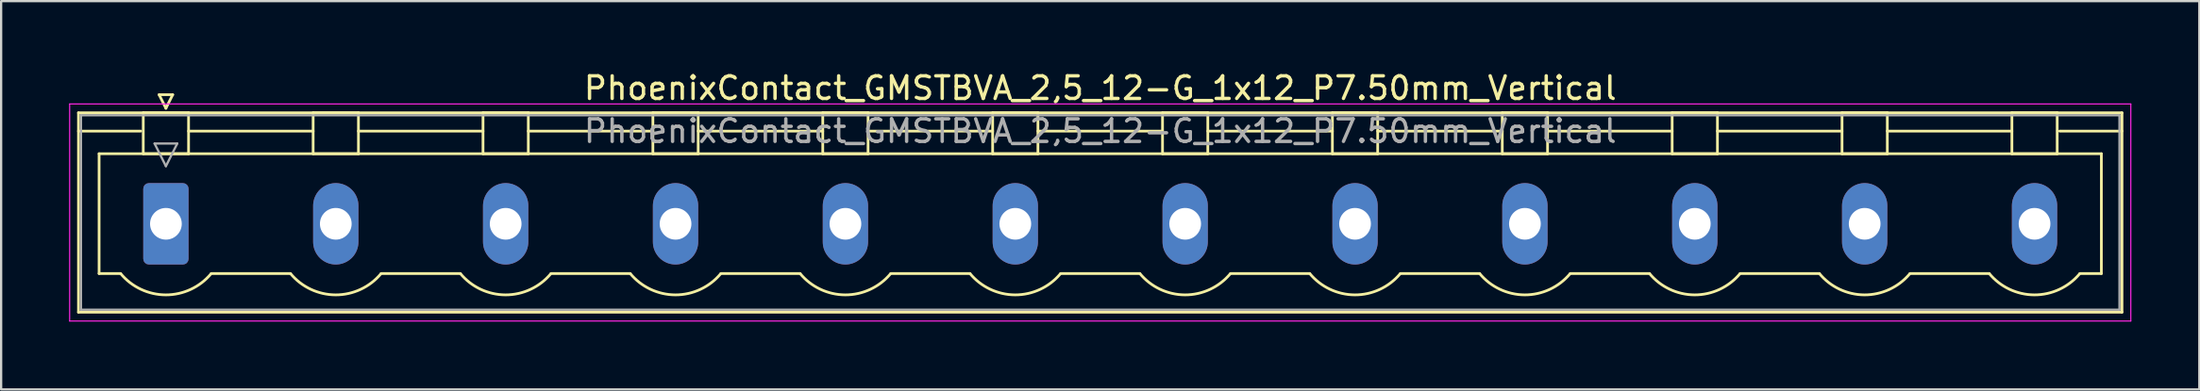
<source format=kicad_pcb>
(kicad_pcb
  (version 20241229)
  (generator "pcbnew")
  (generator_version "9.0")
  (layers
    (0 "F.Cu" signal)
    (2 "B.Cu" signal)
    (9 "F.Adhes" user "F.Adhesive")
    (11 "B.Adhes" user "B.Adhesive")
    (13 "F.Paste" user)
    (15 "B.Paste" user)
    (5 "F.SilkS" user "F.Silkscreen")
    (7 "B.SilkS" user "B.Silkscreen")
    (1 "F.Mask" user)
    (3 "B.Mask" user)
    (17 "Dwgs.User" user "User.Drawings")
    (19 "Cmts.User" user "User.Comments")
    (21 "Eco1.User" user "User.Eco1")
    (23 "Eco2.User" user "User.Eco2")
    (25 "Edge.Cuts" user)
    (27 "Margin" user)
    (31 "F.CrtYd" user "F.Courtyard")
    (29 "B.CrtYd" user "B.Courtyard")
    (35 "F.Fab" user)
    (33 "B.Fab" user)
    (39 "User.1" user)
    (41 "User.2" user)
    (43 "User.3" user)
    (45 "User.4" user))
  (footprint "PhoenixContact_GMSTBVA_2,5_12-G_1x12_P7.50mm_Vertical"
    (layer "F.Cu")
    (at 4.275 6.848)
    (property "Reference" "PhoenixContact_GMSTBVA_2,5_12-G_1x12_P7.50mm_Vertical" (at 41.25 -6 0) (layer "F.SilkS") (effects (font (size 1 1) (thickness 0.15))))
    (attr through_hole)
    (fp_line (start -3.86 -4.91) (end -3.86 3.91) (stroke (width 0.12) (type solid)) (layer "F.SilkS"))
    (fp_line (start -3.86 -4.1) (end -1.11 -4.1) (stroke (width 0.12) (type solid)) (layer "F.SilkS"))
    (fp_line (start -3.86 3.91) (end 86.36 3.91) (stroke (width 0.12) (type solid)) (layer "F.SilkS"))
    (fp_line (start -2.95 -3.1) (end 85.45 -3.1) (stroke (width 0.12) (type solid)) (layer "F.SilkS"))
    (fp_line (start -2.95 2.2) (end -2.95 -3.1) (stroke (width 0.12) (type solid)) (layer "F.SilkS"))
    (fp_line (start -2 2.2) (end -2.95 2.2) (stroke (width 0.12) (type solid)) (layer "F.SilkS"))
    (fp_line (start -1 -4.91) (end 1 -4.91) (stroke (width 0.12) (type solid)) (layer "F.SilkS"))
    (fp_line (start -1 -3.1) (end -1 -4.91) (stroke (width 0.12) (type solid)) (layer "F.SilkS"))
    (fp_line (start -0.3 -5.71) (end 0.3 -5.71) (stroke (width 0.12) (type solid)) (layer "F.SilkS"))
    (fp_line (start 0 -5.11) (end -0.3 -5.71) (stroke (width 0.12) (type solid)) (layer "F.SilkS"))
    (fp_line (start 0.3 -5.71) (end 0 -5.11) (stroke (width 0.12) (type solid)) (layer "F.SilkS"))
    (fp_line (start 1 -4.91) (end 1 -3.1) (stroke (width 0.12) (type solid)) (layer "F.SilkS"))
    (fp_line (start 1 -4.1) (end 6.5 -4.1) (stroke (width 0.12) (type solid)) (layer "F.SilkS"))
    (fp_line (start 1 -3.1) (end -1 -3.1) (stroke (width 0.12) (type solid)) (layer "F.SilkS"))
    (fp_line (start 2 2.2) (end 5.5 2.2) (stroke (width 0.12) (type solid)) (layer "F.SilkS"))
    (fp_line (start 6.5 -4.91) (end 8.5 -4.91) (stroke (width 0.12) (type solid)) (layer "F.SilkS"))
    (fp_line (start 6.5 -3.1) (end 6.5 -4.91) (stroke (width 0.12) (type solid)) (layer "F.SilkS"))
    (fp_line (start 8.5 -4.91) (end 8.5 -3.1) (stroke (width 0.12) (type solid)) (layer "F.SilkS"))
    (fp_line (start 8.5 -4.1) (end 14 -4.1) (stroke (width 0.12) (type solid)) (layer "F.SilkS"))
    (fp_line (start 8.5 -3.1) (end 6.5 -3.1) (stroke (width 0.12) (type solid)) (layer "F.SilkS"))
    (fp_line (start 9.5 2.2) (end 13 2.2) (stroke (width 0.12) (type solid)) (layer "F.SilkS"))
    (fp_line (start 14 -4.91) (end 16 -4.91) (stroke (width 0.12) (type solid)) (layer "F.SilkS"))
    (fp_line (start 14 -3.1) (end 14 -4.91) (stroke (width 0.12) (type solid)) (layer "F.SilkS"))
    (fp_line (start 16 -4.91) (end 16 -3.1) (stroke (width 0.12) (type solid)) (layer "F.SilkS"))
    (fp_line (start 16 -4.1) (end 21.5 -4.1) (stroke (width 0.12) (type solid)) (layer "F.SilkS"))
    (fp_line (start 16 -3.1) (end 14 -3.1) (stroke (width 0.12) (type solid)) (layer "F.SilkS"))
    (fp_line (start 17 2.2) (end 20.5 2.2) (stroke (width 0.12) (type solid)) (layer "F.SilkS"))
    (fp_line (start 21.5 -4.91) (end 23.5 -4.91) (stroke (width 0.12) (type solid)) (layer "F.SilkS"))
    (fp_line (start 21.5 -3.1) (end 21.5 -4.91) (stroke (width 0.12) (type solid)) (layer "F.SilkS"))
    (fp_line (start 23.5 -4.91) (end 23.5 -3.1) (stroke (width 0.12) (type solid)) (layer "F.SilkS"))
    (fp_line (start 23.5 -4.1) (end 29 -4.1) (stroke (width 0.12) (type solid)) (layer "F.SilkS"))
    (fp_line (start 23.5 -3.1) (end 21.5 -3.1) (stroke (width 0.12) (type solid)) (layer "F.SilkS"))
    (fp_line (start 24.5 2.2) (end 28 2.2) (stroke (width 0.12) (type solid)) (layer "F.SilkS"))
    (fp_line (start 29 -4.91) (end 31 -4.91) (stroke (width 0.12) (type solid)) (layer "F.SilkS"))
    (fp_line (start 29 -3.1) (end 29 -4.91) (stroke (width 0.12) (type solid)) (layer "F.SilkS"))
    (fp_line (start 31 -4.91) (end 31 -3.1) (stroke (width 0.12) (type solid)) (layer "F.SilkS"))
    (fp_line (start 31 -4.1) (end 36.5 -4.1) (stroke (width 0.12) (type solid)) (layer "F.SilkS"))
    (fp_line (start 31 -3.1) (end 29 -3.1) (stroke (width 0.12) (type solid)) (layer "F.SilkS"))
    (fp_line (start 32 2.2) (end 35.5 2.2) (stroke (width 0.12) (type solid)) (layer "F.SilkS"))
    (fp_line (start 36.5 -4.91) (end 38.5 -4.91) (stroke (width 0.12) (type solid)) (layer "F.SilkS"))
    (fp_line (start 36.5 -3.1) (end 36.5 -4.91) (stroke (width 0.12) (type solid)) (layer "F.SilkS"))
    (fp_line (start 38.5 -4.91) (end 38.5 -3.1) (stroke (width 0.12) (type solid)) (layer "F.SilkS"))
    (fp_line (start 38.5 -4.1) (end 44 -4.1) (stroke (width 0.12) (type solid)) (layer "F.SilkS"))
    (fp_line (start 38.5 -3.1) (end 36.5 -3.1) (stroke (width 0.12) (type solid)) (layer "F.SilkS"))
    (fp_line (start 39.5 2.2) (end 43 2.2) (stroke (width 0.12) (type solid)) (layer "F.SilkS"))
    (fp_line (start 44 -4.91) (end 46 -4.91) (stroke (width 0.12) (type solid)) (layer "F.SilkS"))
    (fp_line (start 44 -3.1) (end 44 -4.91) (stroke (width 0.12) (type solid)) (layer "F.SilkS"))
    (fp_line (start 46 -4.91) (end 46 -3.1) (stroke (width 0.12) (type solid)) (layer "F.SilkS"))
    (fp_line (start 46 -4.1) (end 51.5 -4.1) (stroke (width 0.12) (type solid)) (layer "F.SilkS"))
    (fp_line (start 46 -3.1) (end 44 -3.1) (stroke (width 0.12) (type solid)) (layer "F.SilkS"))
    (fp_line (start 47 2.2) (end 50.5 2.2) (stroke (width 0.12) (type solid)) (layer "F.SilkS"))
    (fp_line (start 51.5 -4.91) (end 53.5 -4.91) (stroke (width 0.12) (type solid)) (layer "F.SilkS"))
    (fp_line (start 51.5 -3.1) (end 51.5 -4.91) (stroke (width 0.12) (type solid)) (layer "F.SilkS"))
    (fp_line (start 53.5 -4.91) (end 53.5 -3.1) (stroke (width 0.12) (type solid)) (layer "F.SilkS"))
    (fp_line (start 53.5 -4.1) (end 59 -4.1) (stroke (width 0.12) (type solid)) (layer "F.SilkS"))
    (fp_line (start 53.5 -3.1) (end 51.5 -3.1) (stroke (width 0.12) (type solid)) (layer "F.SilkS"))
    (fp_line (start 54.5 2.2) (end 58 2.2) (stroke (width 0.12) (type solid)) (layer "F.SilkS"))
    (fp_line (start 59 -4.91) (end 61 -4.91) (stroke (width 0.12) (type solid)) (layer "F.SilkS"))
    (fp_line (start 59 -3.1) (end 59 -4.91) (stroke (width 0.12) (type solid)) (layer "F.SilkS"))
    (fp_line (start 61 -4.91) (end 61 -3.1) (stroke (width 0.12) (type solid)) (layer "F.SilkS"))
    (fp_line (start 61 -4.1) (end 66.5 -4.1) (stroke (width 0.12) (type solid)) (layer "F.SilkS"))
    (fp_line (start 61 -3.1) (end 59 -3.1) (stroke (width 0.12) (type solid)) (layer "F.SilkS"))
    (fp_line (start 62 2.2) (end 65.5 2.2) (stroke (width 0.12) (type solid)) (layer "F.SilkS"))
    (fp_line (start 66.5 -4.91) (end 68.5 -4.91) (stroke (width 0.12) (type solid)) (layer "F.SilkS"))
    (fp_line (start 66.5 -3.1) (end 66.5 -4.91) (stroke (width 0.12) (type solid)) (layer "F.SilkS"))
    (fp_line (start 68.5 -4.91) (end 68.5 -3.1) (stroke (width 0.12) (type solid)) (layer "F.SilkS"))
    (fp_line (start 68.5 -4.1) (end 74 -4.1) (stroke (width 0.12) (type solid)) (layer "F.SilkS"))
    (fp_line (start 68.5 -3.1) (end 66.5 -3.1) (stroke (width 0.12) (type solid)) (layer "F.SilkS"))
    (fp_line (start 69.5 2.2) (end 73 2.2) (stroke (width 0.12) (type solid)) (layer "F.SilkS"))
    (fp_line (start 74 -4.91) (end 76 -4.91) (stroke (width 0.12) (type solid)) (layer "F.SilkS"))
    (fp_line (start 74 -3.1) (end 74 -4.91) (stroke (width 0.12) (type solid)) (layer "F.SilkS"))
    (fp_line (start 76 -4.91) (end 76 -3.1) (stroke (width 0.12) (type solid)) (layer "F.SilkS"))
    (fp_line (start 76 -4.1) (end 81.5 -4.1) (stroke (width 0.12) (type solid)) (layer "F.SilkS"))
    (fp_line (start 76 -3.1) (end 74 -3.1) (stroke (width 0.12) (type solid)) (layer "F.SilkS"))
    (fp_line (start 77 2.2) (end 80.5 2.2) (stroke (width 0.12) (type solid)) (layer "F.SilkS"))
    (fp_line (start 81.5 -4.91) (end 83.5 -4.91) (stroke (width 0.12) (type solid)) (layer "F.SilkS"))
    (fp_line (start 81.5 -3.1) (end 81.5 -4.91) (stroke (width 0.12) (type solid)) (layer "F.SilkS"))
    (fp_line (start 83.5 -4.91) (end 83.5 -3.1) (stroke (width 0.12) (type solid)) (layer "F.SilkS"))
    (fp_line (start 83.5 -3.1) (end 81.5 -3.1) (stroke (width 0.12) (type solid)) (layer "F.SilkS"))
    (fp_line (start 85.45 -3.1) (end 85.45 2.2) (stroke (width 0.12) (type solid)) (layer "F.SilkS"))
    (fp_line (start 85.45 2.2) (end 84.5 2.2) (stroke (width 0.12) (type solid)) (layer "F.SilkS"))
    (fp_line (start 86.36 -4.91) (end -3.86 -4.91) (stroke (width 0.12) (type solid)) (layer "F.SilkS"))
    (fp_line (start 86.36 -4.1) (end 83.61 -4.1) (stroke (width 0.12) (type solid)) (layer "F.SilkS"))
    (fp_line (start 86.36 3.91) (end 86.36 -4.91) (stroke (width 0.12) (type solid)) (layer "F.SilkS"))
    (fp_arc (start 1.986842 2.215821) (mid -0.010289 3.142758) (end -2 2.2) (stroke (width 0.12) (type solid)) (layer "F.SilkS"))
    (fp_arc (start 9.486842 2.215821) (mid 7.489711 3.142758) (end 5.5 2.2) (stroke (width 0.12) (type solid)) (layer "F.SilkS"))
    (fp_arc (start 16.986842 2.215821) (mid 14.989711 3.142758) (end 13 2.2) (stroke (width 0.12) (type solid)) (layer "F.SilkS"))
    (fp_arc (start 24.486842 2.215821) (mid 22.489711 3.142758) (end 20.5 2.2) (stroke (width 0.12) (type solid)) (layer "F.SilkS"))
    (fp_arc (start 31.986842 2.215821) (mid 29.989711 3.142758) (end 28 2.2) (stroke (width 0.12) (type solid)) (layer "F.SilkS"))
    (fp_arc (start 39.486842 2.215821) (mid 37.489711 3.142758) (end 35.5 2.2) (stroke (width 0.12) (type solid)) (layer "F.SilkS"))
    (fp_arc (start 46.986842 2.215821) (mid 44.989711 3.142758) (end 43 2.2) (stroke (width 0.12) (type solid)) (layer "F.SilkS"))
    (fp_arc (start 54.486842 2.215821) (mid 52.489711 3.142758) (end 50.5 2.2) (stroke (width 0.12) (type solid)) (layer "F.SilkS"))
    (fp_arc (start 61.986842 2.215821) (mid 59.989711 3.142758) (end 58 2.2) (stroke (width 0.12) (type solid)) (layer "F.SilkS"))
    (fp_arc (start 69.486842 2.215821) (mid 67.489711 3.142758) (end 65.5 2.2) (stroke (width 0.12) (type solid)) (layer "F.SilkS"))
    (fp_arc (start 76.986842 2.215821) (mid 74.989711 3.142758) (end 73 2.2) (stroke (width 0.12) (type solid)) (layer "F.SilkS"))
    (fp_arc (start 84.486842 2.215821) (mid 82.489711 3.142758) (end 80.5 2.2) (stroke (width 0.12) (type solid)) (layer "F.SilkS"))
    (fp_line (start -4.25 -5.3) (end -4.25 4.3) (stroke (width 0.05) (type solid)) (layer "F.CrtYd"))
    (fp_line (start -4.25 4.3) (end 86.75 4.3) (stroke (width 0.05) (type solid)) (layer "F.CrtYd"))
    (fp_line (start 86.75 -5.3) (end -4.25 -5.3) (stroke (width 0.05) (type solid)) (layer "F.CrtYd"))
    (fp_line (start 86.75 4.3) (end 86.75 -5.3) (stroke (width 0.05) (type solid)) (layer "F.CrtYd"))
    (fp_line (start -3.75 -4.8) (end -3.75 3.8) (stroke (width 0.1) (type solid)) (layer "F.Fab"))
    (fp_line (start -3.75 3.8) (end 86.25 3.8) (stroke (width 0.1) (type solid)) (layer "F.Fab"))
    (fp_line (start -0.5 -3.55) (end 0.5 -3.55) (stroke (width 0.1) (type solid)) (layer "F.Fab"))
    (fp_line (start 0 -2.55) (end -0.5 -3.55) (stroke (width 0.1) (type solid)) (layer "F.Fab"))
    (fp_line (start 0.5 -3.55) (end 0 -2.55) (stroke (width 0.1) (type solid)) (layer "F.Fab"))
    (fp_line (start 86.25 -4.8) (end -3.75 -4.8) (stroke (width 0.1) (type solid)) (layer "F.Fab"))
    (fp_line (start 86.25 3.8) (end 86.25 -4.8) (stroke (width 0.1) (type solid)) (layer "F.Fab"))
    (fp_text user "${REFERENCE}" (at 41.25 -4.1 0) (layer "F.Fab") (effects (font (size 1 1) (thickness 0.15))))
    (pad "1" thru_hole roundrect (at 0 0) (size 2 3.6) (drill 1.4) (layers "*.Cu" "*.Mask") (roundrect_rratio 0.125))
    (pad "2" thru_hole oval (at 7.5 0) (size 2 3.6) (drill 1.4) (layers "*.Cu" "*.Mask"))
    (pad "3" thru_hole oval (at 15 0) (size 2 3.6) (drill 1.4) (layers "*.Cu" "*.Mask"))
    (pad "4" thru_hole oval (at 22.5 0) (size 2 3.6) (drill 1.4) (layers "*.Cu" "*.Mask"))
    (pad "5" thru_hole oval (at 30 0) (size 2 3.6) (drill 1.4) (layers "*.Cu" "*.Mask"))
    (pad "6" thru_hole oval (at 37.5 0) (size 2 3.6) (drill 1.4) (layers "*.Cu" "*.Mask"))
    (pad "7" thru_hole oval (at 45 0) (size 2 3.6) (drill 1.4) (layers "*.Cu" "*.Mask"))
    (pad "8" thru_hole oval (at 52.5 0) (size 2 3.6) (drill 1.4) (layers "*.Cu" "*.Mask"))
    (pad "9" thru_hole oval (at 60 0) (size 2 3.6) (drill 1.4) (layers "*.Cu" "*.Mask"))
    (pad "10" thru_hole oval (at 67.5 0) (size 2 3.6) (drill 1.4) (layers "*.Cu" "*.Mask"))
    (pad "11" thru_hole oval (at 75 0) (size 2 3.6) (drill 1.4) (layers "*.Cu" "*.Mask"))
    (pad "12" thru_hole oval (at 82.5 0) (size 2 3.6) (drill 1.4) (layers "*.Cu" "*.Mask")))
  (gr_rect
    (start -3 -3)
    (end 94.05 14.173)
    (stroke (width 0.1) (type default))
    (fill no)
    (layer "Edge.Cuts")))
</source>
